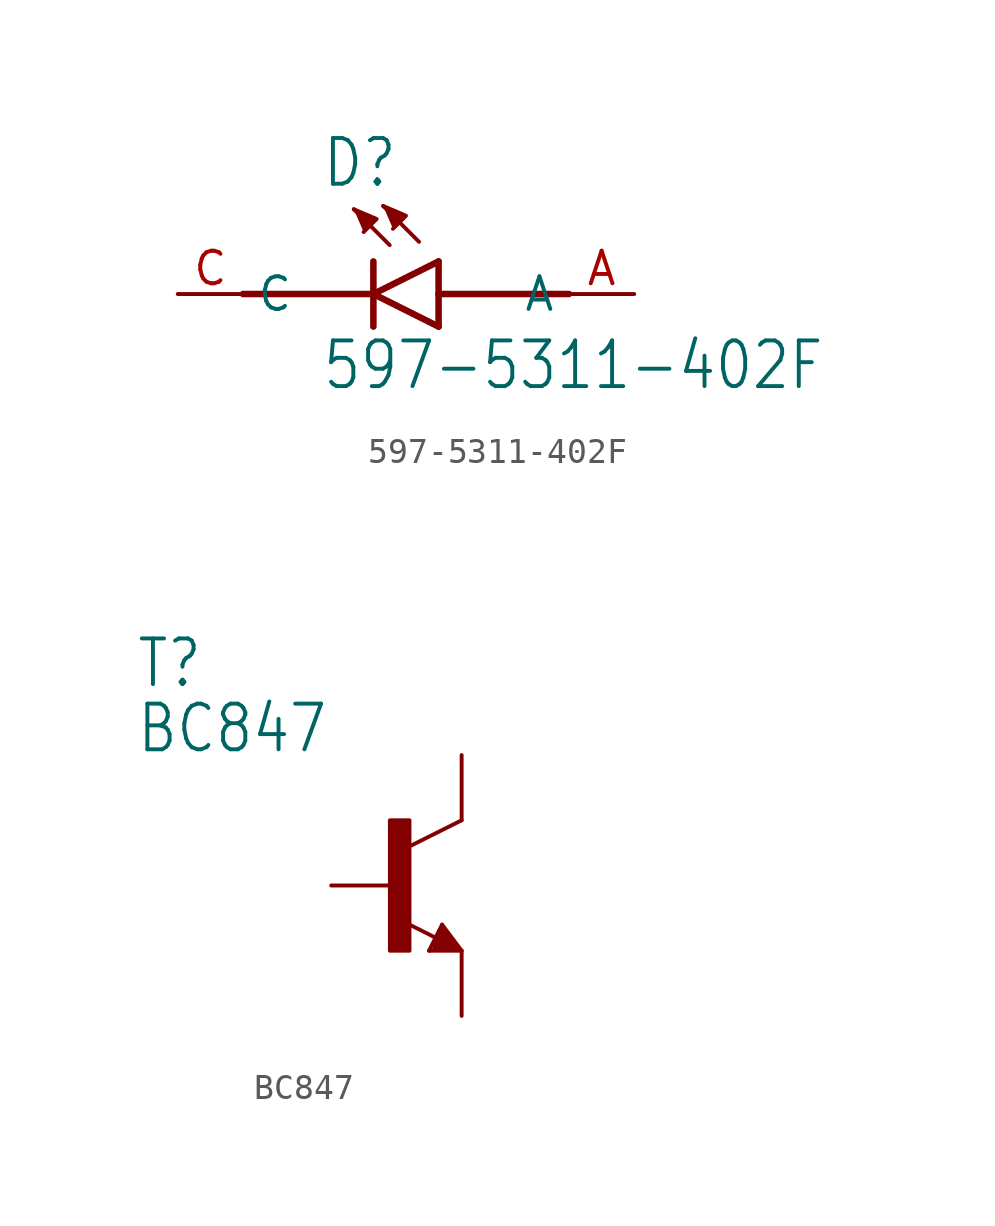
<source format=kicad_sym>
(kicad_symbol_lib
  (version 20211014)
  (generator kicad_symbol_editor)
  (symbol "597-5311-402F"
    (property "Reference" "D"
      (at -2.035 4.07 0)
      (effects (font (size 1.781 1.514)) (justify left bottom)))
    (property "Value" "597-5311-402F"
      (at -2.034 -3.813 0)
      (effects (font (size 1.779 1.512)) (justify left bottom)))
    (property "ki_locked" ""
      (at 0 0 0)
      (effects (font (size 1.27 1.27))))
    (symbol "597-5311-402F_1_0"
      (polyline (pts (xy -5.08 0) (xy 0 0)) (stroke (width 0.254) (type default) (color 0 0 0 0)) (fill (type none)))
      (polyline (pts (xy 0 -1.27) (xy 0 0)) (stroke (width 0.254) (type default) (color 0 0 0 0)) (fill (type none)))
      (polyline (pts (xy 0 0) (xy 0 1.27)) (stroke (width 0.254) (type default) (color 0 0 0 0)) (fill (type none)))
      (polyline (pts (xy 0 0) (xy 2.54 1.27)) (stroke (width 0.254) (type default) (color 0 0 0 0)) (fill (type none)))
      (polyline (pts (xy 0.635 1.905) (xy -0.762 3.302)) (stroke (width 0.152) (type default) (color 0 0 0 0)) (fill (type none)))
      (polyline (pts (xy 1.778 2.032) (xy 0.381 3.429)) (stroke (width 0.152) (type default) (color 0 0 0 0)) (fill (type none)))
      (polyline (pts (xy 2.54 -1.27) (xy 0 0)) (stroke (width 0.254) (type default) (color 0 0 0 0)) (fill (type none)))
      (polyline (pts (xy 2.54 -1.27) (xy 2.54 0)) (stroke (width 0.254) (type default) (color 0 0 0 0)) (fill (type none)))
      (polyline (pts (xy 2.54 0) (xy 2.54 1.27)) (stroke (width 0.254) (type default) (color 0 0 0 0)) (fill (type none)))
      (polyline (pts (xy 2.54 0) (xy 7.62 0)) (stroke (width 0.254) (type default) (color 0 0 0 0)) (fill (type none)))
      (polyline (pts (xy -0.762 3.302) (xy 0.127 2.921) (xy -0.381 2.413)) (stroke (width 0) (type default) (color 0 0 0 0)) (fill (type outline)))
      (polyline (pts (xy 0.381 3.429) (xy 1.27 3.048) (xy 0.762 2.54)) (stroke (width 0) (type default) (color 0 0 0 0)) (fill (type outline)))
      (pin passive line (at 10.16 0 180) (length 2.54) (name "A" (effects (font (size 1.27 1.27)))) (number "A" (effects (font (size 1.27 1.27)))))
      (pin passive line (at -7.62 0 0) (length 2.54) (name "C" (effects (font (size 1.27 1.27)))) (number "C" (effects (font (size 1.27 1.27)))))))
  (symbol "BC847"
    (property "Reference" "T"
      (at -10.16 7.62 0)
      (effects (font (size 1.778 1.511)) (justify left bottom)))
    (property "Value" "BC847"
      (at -10.16 5.08 0)
      (effects (font (size 1.778 1.511)) (justify left bottom)))
    (property "ki_locked" ""
      (at 0 0 0)
      (effects (font (size 1.27 1.27))))
    (symbol "BC847_1_0"
      (rectangle (start -0.254 -2.54) (end 0.508 2.54) (stroke (width 0) (type default) (color 0 0 0 0)) (fill (type outline)))
      (polyline (pts (xy 1.27 -2.54) (xy 1.778 -1.524)) (stroke (width 0.152) (type default) (color 0 0 0 0)) (fill (type none)))
      (polyline (pts (xy 1.524 -2.413) (xy 2.286 -2.413)) (stroke (width 0.254) (type default) (color 0 0 0 0)) (fill (type none)))
      (polyline (pts (xy 1.524 -2.286) (xy 1.905 -2.286)) (stroke (width 0.254) (type default) (color 0 0 0 0)) (fill (type none)))
      (polyline (pts (xy 1.54 -2.04) (xy 0.308 -1.424)) (stroke (width 0.152) (type default) (color 0 0 0 0)) (fill (type none)))
      (polyline (pts (xy 1.778 -1.778) (xy 1.524 -2.286)) (stroke (width 0.254) (type default) (color 0 0 0 0)) (fill (type none)))
      (polyline (pts (xy 1.778 -1.524) (xy 2.54 -2.54)) (stroke (width 0.152) (type default) (color 0 0 0 0)) (fill (type none)))
      (polyline (pts (xy 1.905 -2.286) (xy 1.778 -2.032)) (stroke (width 0.254) (type default) (color 0 0 0 0)) (fill (type none)))
      (polyline (pts (xy 2.286 -2.413) (xy 1.778 -1.778)) (stroke (width 0.254) (type default) (color 0 0 0 0)) (fill (type none)))
      (polyline (pts (xy 2.54 -2.54) (xy 1.27 -2.54)) (stroke (width 0.152) (type default) (color 0 0 0 0)) (fill (type none)))
      (polyline (pts (xy 2.54 2.54) (xy 0.508 1.524)) (stroke (width 0.152) (type default) (color 0 0 0 0)) (fill (type none)))
      (pin passive line (at -2.54 0 0) (length 2.54) (name "B" (effects (font (size 0 0)))) (number "1" (effects (font (size 0 0)))))
      (pin passive line (at 2.54 -5.08 90) (length 2.54) (name "E" (effects (font (size 0 0)))) (number "2" (effects (font (size 0 0)))))
      (pin passive line (at 2.54 5.08 270) (length 2.54) (name "C" (effects (font (size 0 0)))) (number "3" (effects (font (size 0 0))))))))
</source>
